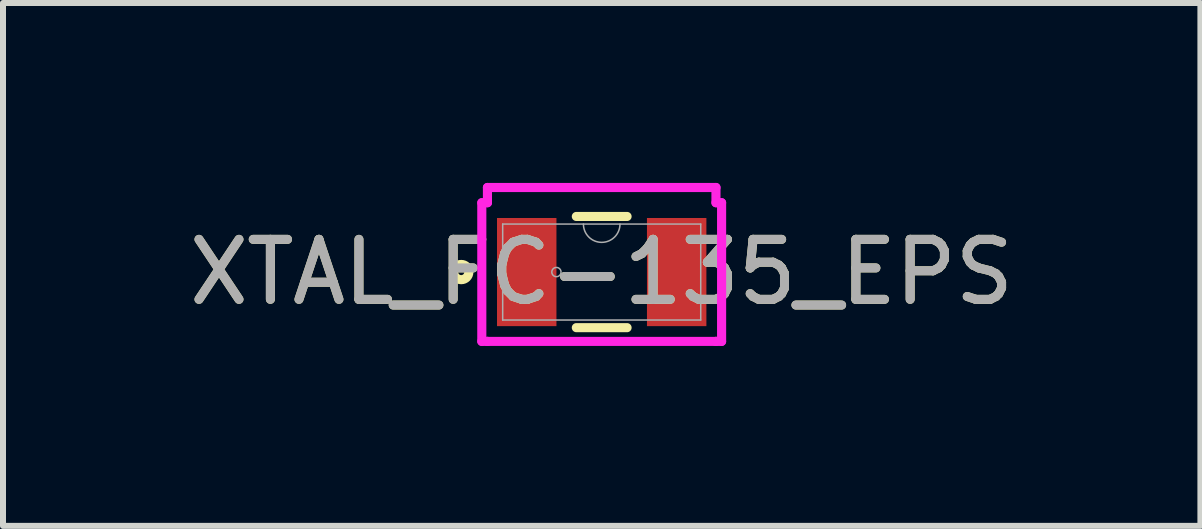
<source format=kicad_pcb>
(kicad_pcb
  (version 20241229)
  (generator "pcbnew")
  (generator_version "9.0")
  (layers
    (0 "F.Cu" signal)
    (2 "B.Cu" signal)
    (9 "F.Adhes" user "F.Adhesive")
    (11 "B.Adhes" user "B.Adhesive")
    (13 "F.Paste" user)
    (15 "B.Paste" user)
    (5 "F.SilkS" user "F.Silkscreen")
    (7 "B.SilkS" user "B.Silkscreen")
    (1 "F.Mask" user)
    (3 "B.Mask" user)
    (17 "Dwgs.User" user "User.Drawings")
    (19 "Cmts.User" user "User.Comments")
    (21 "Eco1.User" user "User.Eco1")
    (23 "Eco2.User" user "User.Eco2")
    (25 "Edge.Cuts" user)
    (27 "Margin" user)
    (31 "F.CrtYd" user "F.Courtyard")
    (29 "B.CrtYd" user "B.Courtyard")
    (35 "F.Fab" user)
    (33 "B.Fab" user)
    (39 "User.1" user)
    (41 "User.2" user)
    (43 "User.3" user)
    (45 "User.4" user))
  (footprint "XTAL_FC-135_EPS"
    (layer "F.Cu")
    (at 6.982 1.486)
    (property "Reference" "XTAL_FC-135_EPS" (at 0 0 0) (unlocked yes) (layer "F.SilkS") (effects (font (size 1 1) (thickness 0.15))))
    (attr smd)
    (fp_line (start -0.423 0.927) (end 0.423 0.927) (stroke (width 0.152) (type solid)) (layer "F.SilkS"))
    (fp_line (start 0.423 -0.927) (end -0.423 -0.927) (stroke (width 0.152) (type solid)) (layer "F.SilkS"))
    (fp_circle (center -2.342 0) (end -2.215 0) (stroke (width 0.152) (type solid)) (fill no) (layer "F.SilkS"))
    (fp_line (start -1.999 -1.156) (end -1.905 -1.156) (stroke (width 0.152) (type solid)) (layer "F.CrtYd"))
    (fp_line (start -1.999 1.156) (end -1.999 -1.156) (stroke (width 0.152) (type solid)) (layer "F.CrtYd"))
    (fp_line (start -1.999 1.156) (end -1.905 1.156) (stroke (width 0.152) (type solid)) (layer "F.CrtYd"))
    (fp_line (start -1.905 -1.41) (end 1.905 -1.41) (stroke (width 0.152) (type solid)) (layer "F.CrtYd"))
    (fp_line (start -1.905 -1.156) (end -1.905 -1.41) (stroke (width 0.152) (type solid)) (layer "F.CrtYd"))
    (fp_line (start -1.905 1.156) (end -1.905 1.156) (stroke (width 0.152) (type solid)) (layer "F.CrtYd"))
    (fp_line (start 1.905 -1.41) (end 1.905 -1.156) (stroke (width 0.152) (type solid)) (layer "F.CrtYd"))
    (fp_line (start 1.905 1.156) (end -1.905 1.156) (stroke (width 0.152) (type solid)) (layer "F.CrtYd"))
    (fp_line (start 1.905 1.156) (end 1.905 1.156) (stroke (width 0.152) (type solid)) (layer "F.CrtYd"))
    (fp_line (start 1.999 -1.156) (end 1.905 -1.156) (stroke (width 0.152) (type solid)) (layer "F.CrtYd"))
    (fp_line (start 1.999 -1.156) (end 1.999 1.156) (stroke (width 0.152) (type solid)) (layer "F.CrtYd"))
    (fp_line (start 1.999 1.156) (end 1.905 1.156) (stroke (width 0.152) (type solid)) (layer "F.CrtYd"))
    (fp_line (start -1.651 -0.8) (end -1.651 0.8) (stroke (width 0.025) (type solid)) (layer "F.Fab"))
    (fp_line (start -1.651 0.8) (end 1.651 0.8) (stroke (width 0.025) (type solid)) (layer "F.Fab"))
    (fp_line (start 1.651 -0.8) (end -1.651 -0.8) (stroke (width 0.025) (type solid)) (layer "F.Fab"))
    (fp_line (start 1.651 0.8) (end 1.651 -0.8) (stroke (width 0.025) (type solid)) (layer "F.Fab"))
    (fp_arc (start 0.3048 -0.8001) (mid 0 -0.4953) (end -0.3048 -0.8001) (stroke (width 0.0254) (type solid)) (layer "F.Fab"))
    (fp_circle (center -0.755 0) (end -0.678 0) (stroke (width 0.025) (type solid)) (fill no) (layer "F.Fab"))
    (fp_text user "${REFERENCE}" (at 0 0 0) (unlocked yes) (layer "F.Fab") (effects (font (size 1 1) (thickness 0.15))))
    (pad "1" smd rect (at -1.25 0) (size 0.991 1.803) (layers "F.Cu" "F.Mask" "F.Paste"))
    (pad "2" smd rect (at 1.25 0) (size 0.991 1.803) (layers "F.Cu" "F.Mask" "F.Paste")))
  (gr_rect
    (start -3 -3)
    (end 16.964 5.718)
    (stroke (width 0.1) (type default))
    (fill no)
    (layer "Edge.Cuts")))
</source>
